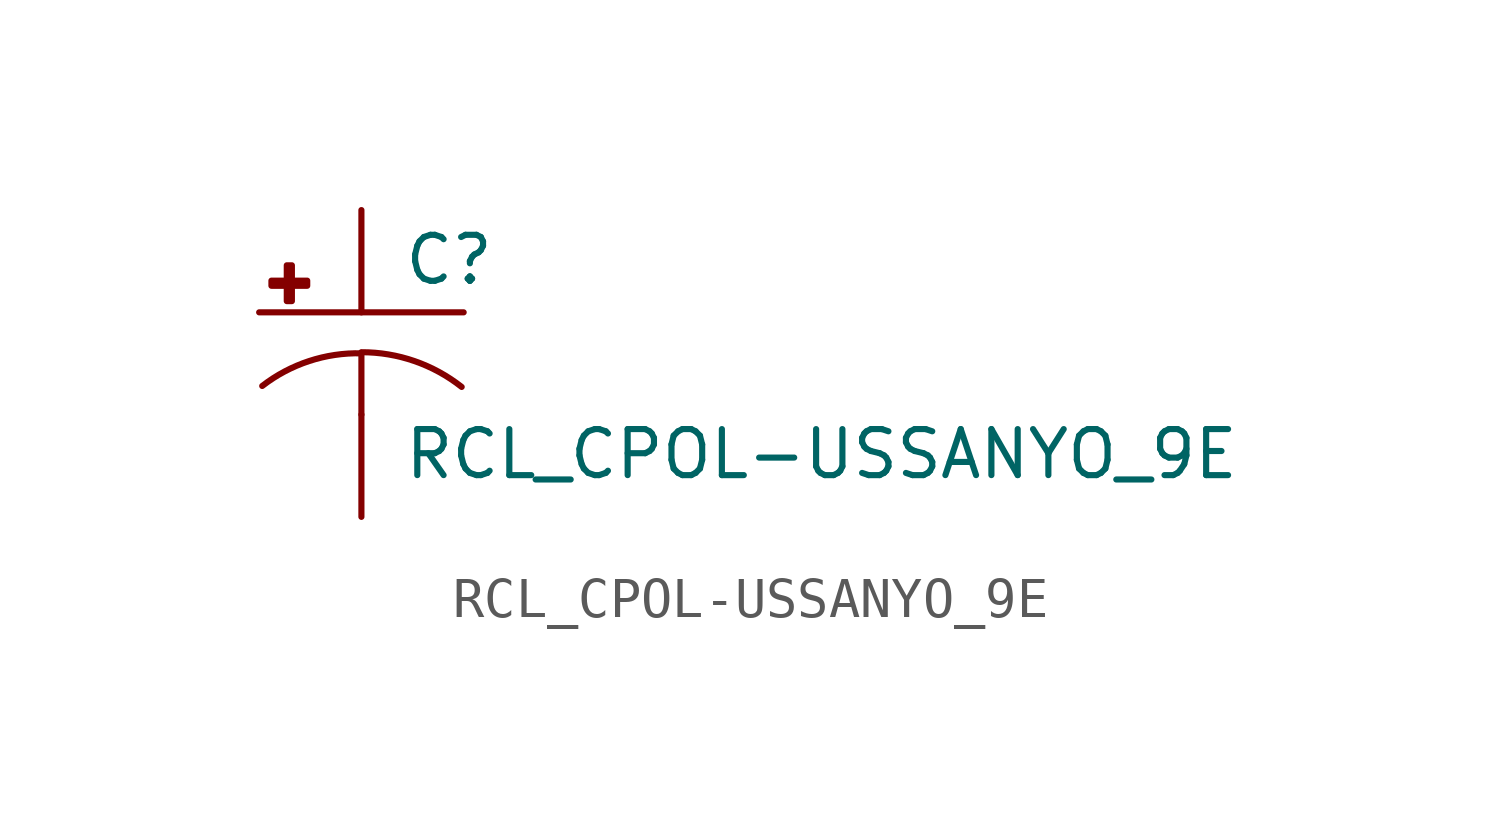
<source format=kicad_sym>
(kicad_symbol_lib
  (version 20210619)
  (generator kicad_symbol_editor)
  (symbol "RCL_CPOL-USSANYO_9E"
    (pin_numbers hide)
    (pin_names
      (offset 1.016) hide)
    (property "Reference" "C"
      (at 1.016 0.635 0)
      (effects (font (size 1.143 1.143)) (justify left bottom)))
    (property "Value" "RCL_CPOL-USSANYO_9E"
      (at 1.016 -4.191 0)
      (effects (font (size 1.143 1.143)) (justify left bottom)))
    (property "ki_locked" ""
      (at 0 0 0)
      (effects (font (size 1.27 1.27))))
    (symbol "RCL_CPOL-USSANYO_9E_1_0"
      (polyline (pts (xy -2.54 0) (xy 2.54 0)) (stroke (width 0)) (fill (type none)))
      (polyline (pts (xy 0 -1.016) (xy 0 -2.54)) (stroke (width 0)) (fill (type none)))
      (polyline (pts (xy 0 -1.016) (xy 0 -1.016)) (stroke (width 0)) (fill (type none))))
    (symbol "RCL_CPOL-USSANYO_9E_1_1"
      (arc (start 0 -1.016) (end -2.4638 -1.8288) (radius (at 0 -5.0546) (length 4.0386) (angles 90.1 127.3)) (stroke (width 0)) (fill (type none)))
      (arc (start 2.4892 -1.8542) (end 0 -0.9906) (radius (at 0 -5.0292) (length 4.0386) (angles 52.3 89.9)) (stroke (width 0)) (fill (type none)))
      (rectangle (start -2.235 0.66) (end -1.346 0.787) (stroke (width 0)) (fill (type outline)))
      (rectangle (start -1.854 0.279) (end -1.727 1.168) (stroke (width 0)) (fill (type outline)))
      (pin passive line (at 0 2.54 270) (length 2.54) (name "+" (effects (font (size 1.016 1.016)))) (number "+" (effects (font (size 1.016 1.016)))))
      (pin passive line (at 0 -5.08 90) (length 2.54) (name "-" (effects (font (size 1.016 1.016)))) (number "-" (effects (font (size 1.016 1.016))))))))
</source>
